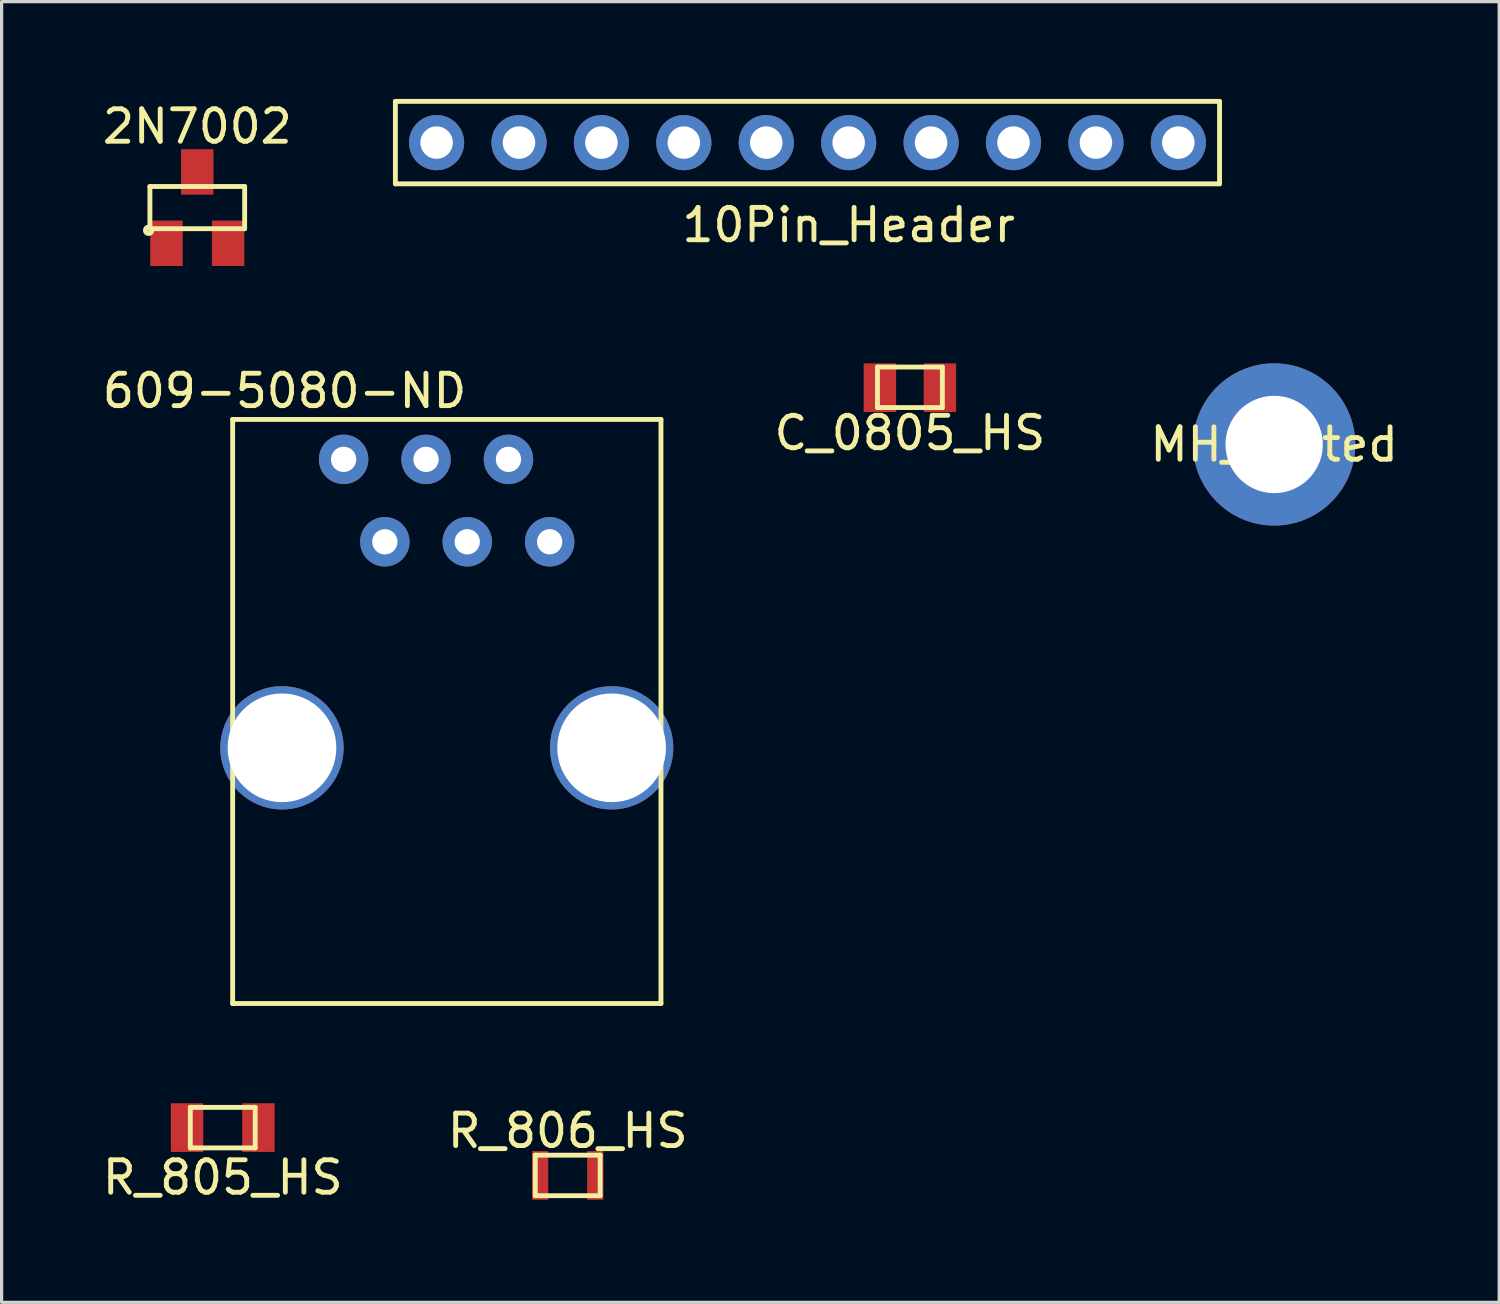
<source format=kicad_pcb>
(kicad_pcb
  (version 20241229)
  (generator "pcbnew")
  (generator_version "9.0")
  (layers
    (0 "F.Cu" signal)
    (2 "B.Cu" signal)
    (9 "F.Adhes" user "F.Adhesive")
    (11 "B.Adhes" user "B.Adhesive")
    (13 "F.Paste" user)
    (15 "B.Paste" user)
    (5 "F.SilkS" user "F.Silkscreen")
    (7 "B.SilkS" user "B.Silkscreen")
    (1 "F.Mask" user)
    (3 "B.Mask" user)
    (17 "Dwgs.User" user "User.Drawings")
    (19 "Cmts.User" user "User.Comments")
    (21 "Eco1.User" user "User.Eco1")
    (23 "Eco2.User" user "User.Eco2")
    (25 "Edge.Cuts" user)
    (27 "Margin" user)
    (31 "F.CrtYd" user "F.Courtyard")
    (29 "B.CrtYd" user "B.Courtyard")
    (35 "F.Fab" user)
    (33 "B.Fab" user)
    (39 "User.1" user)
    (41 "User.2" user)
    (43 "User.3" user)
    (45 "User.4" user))
  (footprint "C_0805_HS"
    (layer "F.Cu")
    (at 24.992 8.898)
    (property "Reference" "C_0805_HS" (at 0 1.397 180) (layer "F.SilkS") (effects (font (size 1 1) (thickness 0.15))))
    (attr through_hole)
    (fp_line (start -1 -0.637) (end -1 0.613) (stroke (width 0.15) (type solid)) (layer "F.SilkS"))
    (fp_line (start -1 0.613) (end 1 0.613) (stroke (width 0.15) (type solid)) (layer "F.SilkS"))
    (fp_line (start 1 -0.637) (end -1 -0.637) (stroke (width 0.15) (type solid)) (layer "F.SilkS"))
    (fp_line (start 1 0.613) (end 1 -0.637) (stroke (width 0.15) (type solid)) (layer "F.SilkS"))
    (pad "1" smd rect (at -0.925 0) (size 1 1.5) (layers "F.Cu" "F.Mask" "F.Paste"))
    (pad "2" smd rect (at 0.925 0) (size 1 1.5) (layers "F.Cu" "F.Mask" "F.Paste")))
  (footprint "R_806_HS"
    (layer "F.Cu")
    (at 13.446 33.8)
    (property "Reference" "R_806_HS" (at 1 -2 0) (layer "F.SilkS") (effects (font (size 1 1) (thickness 0.15))))
    (attr through_hole)
    (fp_line (start 0 -1.25) (end 2 -1.25) (stroke (width 0.15) (type solid)) (layer "F.SilkS"))
    (fp_line (start 0 0) (end 0 -1.25) (stroke (width 0.15) (type solid)) (layer "F.SilkS"))
    (fp_line (start 2 -1.25) (end 2 0) (stroke (width 0.15) (type solid)) (layer "F.SilkS"))
    (fp_line (start 2 0) (end 0 0) (stroke (width 0.15) (type solid)) (layer "F.SilkS"))
    (pad "1" smd rect (at 0.15 -0.625 180) (size 0.5 1.5) (layers "F.Cu" "F.Mask" "F.Paste"))
    (pad "2" smd rect (at 1.85 -0.625 180) (size 0.5 1.5) (layers "F.Cu" "F.Mask" "F.Paste")))
  (footprint "10Pin_Header"
    (layer "F.Cu")
    (at 10.405 1.345)
    (property "Reference" "10Pin_Header" (at 12.7 2.54 0) (layer "F.SilkS") (effects (font (size 1 1) (thickness 0.15))))
    (attr through_hole)
    (fp_line (start -1.27 -1.27) (end -1.27 1.27) (stroke (width 0.15) (type solid)) (layer "F.SilkS"))
    (fp_line (start -1.27 1.27) (end 24.13 1.27) (stroke (width 0.15) (type solid)) (layer "F.SilkS"))
    (fp_line (start 24.13 -1.27) (end -1.27 -1.27) (stroke (width 0.15) (type solid)) (layer "F.SilkS"))
    (fp_line (start 24.13 1.27) (end 24.13 -1.27) (stroke (width 0.15) (type solid)) (layer "F.SilkS"))
    (pad "1" thru_hole circle (at 0 0) (size 1.7 1.7) (drill 1) (layers "*.Cu" "*.Mask"))
    (pad "2" thru_hole circle (at 2.54 0) (size 1.7 1.7) (drill 1) (layers "*.Cu" "*.Mask"))
    (pad "3" thru_hole circle (at 5.08 0 45) (size 1.7 1.7) (drill 1) (layers "*.Cu" "*.Mask"))
    (pad "4" thru_hole circle (at 7.62 0) (size 1.7 1.7) (drill 1) (layers "*.Cu" "*.Mask"))
    (pad "5" thru_hole circle (at 10.16 0) (size 1.7 1.7) (drill 1) (layers "*.Cu" "*.Mask"))
    (pad "6" thru_hole circle (at 12.7 0) (size 1.7 1.7) (drill 1) (layers "*.Cu" "*.Mask"))
    (pad "7" thru_hole circle (at 15.24 0) (size 1.7 1.7) (drill 1) (layers "*.Cu" "*.Mask"))
    (pad "8" thru_hole circle (at 17.78 0) (size 1.7 1.7) (drill 1) (layers "*.Cu" "*.Mask"))
    (pad "9" thru_hole circle (at 20.32 0) (size 1.7 1.7) (drill 1) (layers "*.Cu" "*.Mask"))
    (pad "10" thru_hole circle (at 22.86 0) (size 1.7 1.7) (drill 1) (layers "*.Cu" "*.Mask")))
  (footprint "609-5080-ND"
    (layer "F.Cu")
    (at 10.72 19.997)
    (property "Reference" "609-5080-ND" (at -5 -11 0) (layer "F.SilkS") (effects (font (size 1 1) (thickness 0.15))))
    (attr through_hole)
    (fp_line (start -6.6 -10.12) (end -6.6 7.88) (stroke (width 0.15) (type solid)) (layer "F.SilkS"))
    (fp_line (start -6.6 -10.12) (end 6.6 -10.12) (stroke (width 0.15) (type solid)) (layer "F.SilkS"))
    (fp_line (start -6.6 7.88) (end 6.6 7.88) (stroke (width 0.15) (type solid)) (layer "F.SilkS"))
    (fp_line (start 6.6 -10.12) (end 6.6 7.88) (stroke (width 0.15) (type solid)) (layer "F.SilkS"))
    (pad "1" thru_hole circle (at -3.18 -8.89) (size 1.524 1.524) (drill 0.78) (layers "*.Cu" "*.Mask"))
    (pad "2" thru_hole circle (at -1.91 -6.35) (size 1.524 1.524) (drill 0.78) (layers "*.Cu" "*.Mask"))
    (pad "3" thru_hole circle (at -0.64 -8.89) (size 1.524 1.524) (drill 0.78) (layers "*.Cu" "*.Mask"))
    (pad "4" thru_hole circle (at 0.63 -6.35) (size 1.524 1.524) (drill 0.78) (layers "*.Cu" "*.Mask"))
    (pad "5" thru_hole circle (at 1.9 -8.89) (size 1.524 1.524) (drill 0.78) (layers "*.Cu" "*.Mask"))
    (pad "6" thru_hole circle (at 3.17 -6.35) (size 1.524 1.524) (drill 0.78) (layers "*.Cu" "*.Mask"))
    (pad "MECH" thru_hole circle (at -5.08 0) (size 3.8 3.8) (drill 3.35) (layers "*.Cu" "*.Mask"))
    (pad "MECH" thru_hole circle (at 5.08 0) (size 3.8 3.8) (drill 3.35) (layers "*.Cu" "*.Mask")))
  (footprint "R_805_HS"
    (layer "F.Cu")
    (at 3.815 31.714)
    (property "Reference" "R_805_HS" (at 0 1.524 180) (layer "F.SilkS") (effects (font (size 1 1) (thickness 0.15))))
    (attr through_hole)
    (fp_line (start -1 -0.637) (end 1 -0.637) (stroke (width 0.15) (type solid)) (layer "F.SilkS"))
    (fp_line (start -1 0.613) (end -1 -0.637) (stroke (width 0.15) (type solid)) (layer "F.SilkS"))
    (fp_line (start 1 -0.637) (end 1 0.613) (stroke (width 0.15) (type solid)) (layer "F.SilkS"))
    (fp_line (start 1 0.613) (end -1 0.613) (stroke (width 0.15) (type solid)) (layer "F.SilkS"))
    (pad "1" smd rect (at -1.1 -0.013 180) (size 1 1.5) (layers "F.Cu" "F.Mask" "F.Paste"))
    (pad "2" smd rect (at 1.1 -0.013 180) (size 1 1.5) (layers "F.Cu" "F.Mask" "F.Paste")))
  (footprint "MH_plated"
    (layer "F.Cu")
    (at 36.218 10.648)
    (property "Reference" "MH_plated" (at 0 0 0) (layer "F.SilkS") (effects (font (size 1 1) (thickness 0.15))))
    (attr through_hole)
    (pad "1" thru_hole circle (at 0 0) (size 5 5) (drill 3) (layers "*.Cu" "*.Mask")))
  (footprint "2N7002"
    (layer "F.Cu")
    (at 3.03 3.348)
    (property "Reference" "2N7002" (at 0 -2.5 0) (layer "F.SilkS") (effects (font (size 1 1) (thickness 0.15))))
    (attr through_hole)
    (fp_line (start -1.46 -0.65) (end 1.46 -0.65) (stroke (width 0.15) (type solid)) (layer "F.SilkS"))
    (fp_line (start -1.46 0.65) (end -1.46 -0.65) (stroke (width 0.15) (type solid)) (layer "F.SilkS"))
    (fp_line (start 1.46 -0.65) (end 1.46 0.65) (stroke (width 0.15) (type solid)) (layer "F.SilkS"))
    (fp_line (start 1.46 0.65) (end -1.46 0.65) (stroke (width 0.15) (type solid)) (layer "F.SilkS"))
    (fp_circle (center -1.5 0.7) (end -1.6 0.7) (stroke (width 0.15) (type solid)) (fill no) (layer "F.SilkS"))
    (pad "1" smd rect (at -0.95 1.1) (size 1 1.4) (layers "F.Cu" "F.Mask" "F.Paste"))
    (pad "2" smd rect (at 0.95 1.1) (size 1 1.4) (layers "F.Cu" "F.Mask" "F.Paste"))
    (pad "3" smd rect (at 0 -1.1) (size 1 1.4) (layers "F.Cu" "F.Mask" "F.Paste")))
  (gr_rect
    (start -3 -3)
    (end 43.153 37.086)
    (stroke (width 0.1) (type default))
    (fill no)
    (layer "Edge.Cuts")))
</source>
